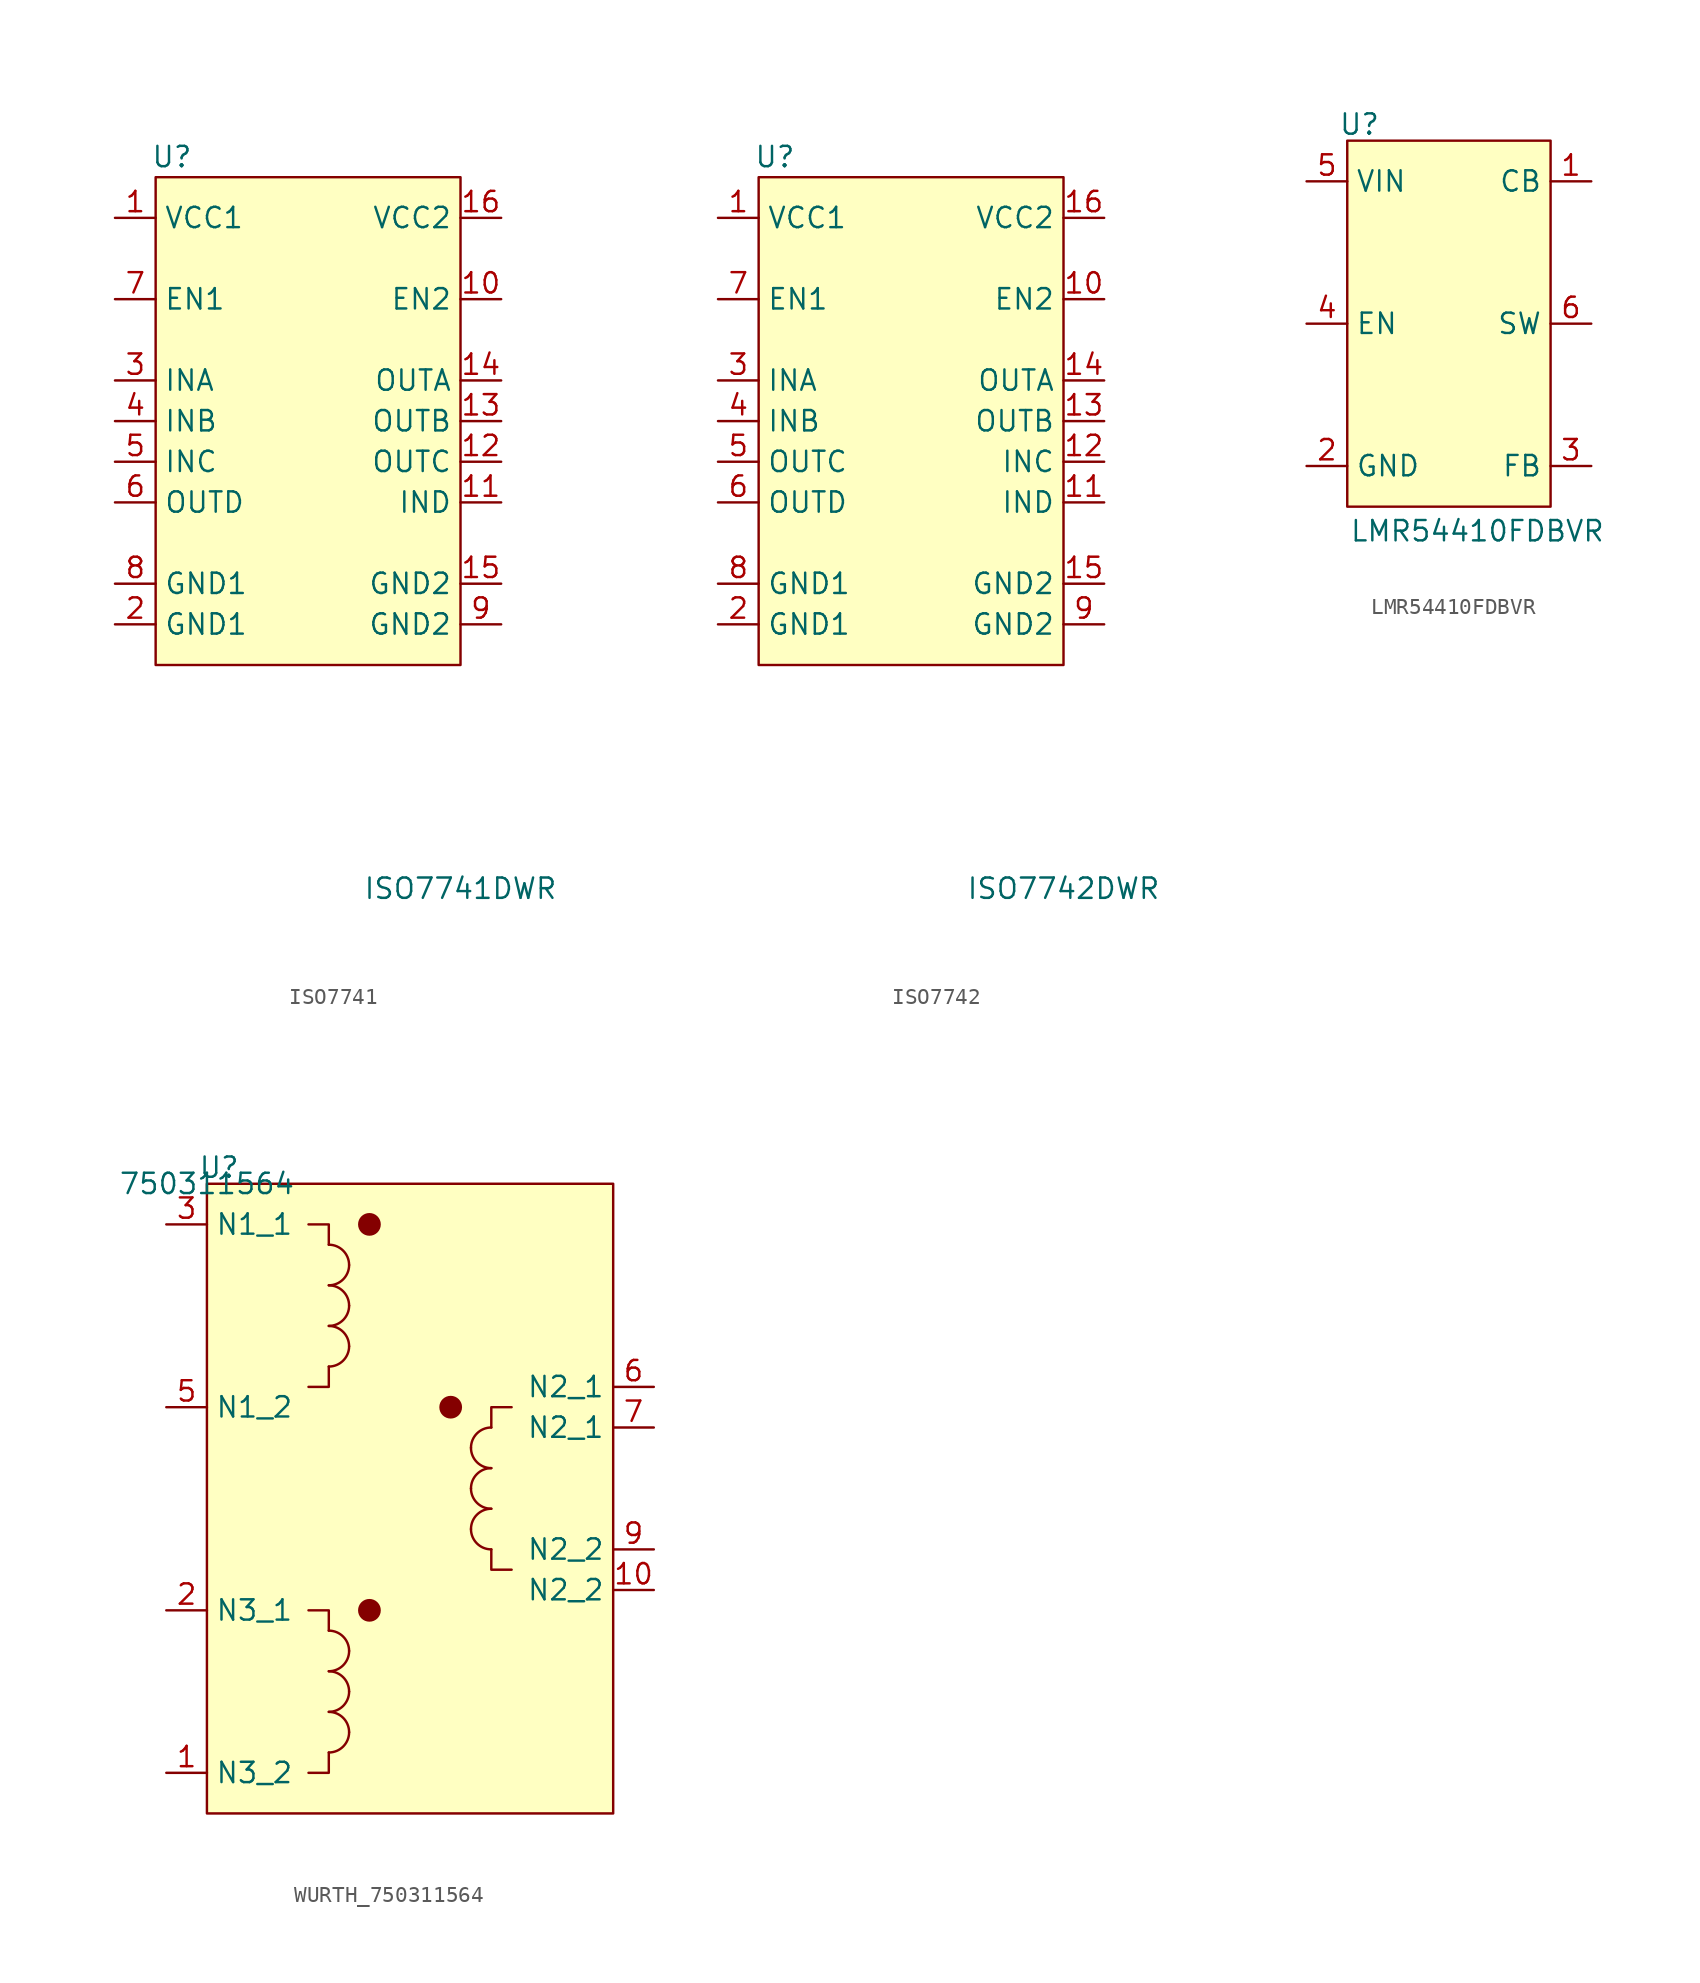
<source format=kicad_sym>
(kicad_symbol_lib
  (version 20241209)
  (generator "kicad_symbol_editor")
  (generator_version "9.0")
  (symbol "ISO7741"
    (property "Reference" "U"
      (at 1.016 1.27 0)
      (effects (font (size 1.27 1.27))))
    (property "Value" "ISO7741DWR"
      (at 19.05 -44.45 0)
      (effects (font (size 1.27 1.27))))
    (symbol "ISO7741_0_0"
      (pin input line (at -2.54 -12.7 0) (length 2.54) (name "INA" (effects (font (size 1.27 1.27)))) (number "3" (effects (font (size 1.27 1.27)))))
      (pin input line (at -2.54 -15.24 0) (length 2.54) (name "INB" (effects (font (size 1.27 1.27)))) (number "4" (effects (font (size 1.27 1.27)))))
      (pin input line (at -2.54 -17.78 0) (length 2.54) (name "INC" (effects (font (size 1.27 1.27)))) (number "5" (effects (font (size 1.27 1.27)))))
      (pin power_in line (at -2.54 -25.4 0) (length 2.54) (name "GND1" (effects (font (size 1.27 1.27)))) (number "8" (effects (font (size 1.27 1.27)))))
      (pin power_in line (at -2.54 -27.94 0) (length 2.54) (name "GND1" (effects (font (size 1.27 1.27)))) (number "2" (effects (font (size 1.27 1.27)))))
      (pin power_in line (at 21.59 -2.54 180) (length 2.54) (name "VCC2" (effects (font (size 1.27 1.27)))) (number "16" (effects (font (size 1.27 1.27)))))
      (pin input line (at 21.59 -7.62 180) (length 2.54) (name "EN2" (effects (font (size 1.27 1.27)))) (number "10" (effects (font (size 1.27 1.27)))))
      (pin output line (at 21.59 -12.7 180) (length 2.54) (name "OUTA" (effects (font (size 1.27 1.27)))) (number "14" (effects (font (size 1.27 1.27)))))
      (pin output line (at 21.59 -15.24 180) (length 2.54) (name "OUTB" (effects (font (size 1.27 1.27)))) (number "13" (effects (font (size 1.27 1.27)))))
      (pin output line (at 21.59 -17.78 180) (length 2.54) (name "OUTC" (effects (font (size 1.27 1.27)))) (number "12" (effects (font (size 1.27 1.27)))))
      (pin power_in line (at 21.59 -25.4 180) (length 2.54) (name "GND2" (effects (font (size 1.27 1.27)))) (number "15" (effects (font (size 1.27 1.27)))))
      (pin power_in line (at 21.59 -27.94 180) (length 2.54) (name "GND2" (effects (font (size 1.27 1.27)))) (number "9" (effects (font (size 1.27 1.27))))))
    (symbol "ISO7741_1_0"
      (pin power_in line (at -2.54 -2.54 0) (length 2.54) (name "VCC1" (effects (font (size 1.27 1.27)))) (number "1" (effects (font (size 1.27 1.27)))))
      (pin input line (at -2.54 -7.62 0) (length 2.54) (name "EN1" (effects (font (size 1.27 1.27)))) (number "7" (effects (font (size 1.27 1.27)))))
      (pin output line (at -2.54 -20.32 0) (length 2.54) (name "OUTD" (effects (font (size 1.27 1.27)))) (number "6" (effects (font (size 1.27 1.27)))))
      (pin input line (at 21.59 -20.32 180) (length 2.54) (name "IND" (effects (font (size 1.27 1.27)))) (number "11" (effects (font (size 1.27 1.27))))))
    (symbol "ISO7741_1_1"
      (rectangle (start 0 0) (end 19.05 -30.48) (stroke (width 0) (type solid)) (fill (type background)))))
  (symbol "ISO7742"
    (property "Reference" "U"
      (at 1.016 1.27 0)
      (effects (font (size 1.27 1.27))))
    (property "Value" "ISO7742DWR"
      (at 19.05 -44.45 0)
      (effects (font (size 1.27 1.27))))
    (symbol "ISO7742_0_0"
      (pin input line (at -2.54 -12.7 0) (length 2.54) (name "INA" (effects (font (size 1.27 1.27)))) (number "3" (effects (font (size 1.27 1.27)))))
      (pin input line (at -2.54 -15.24 0) (length 2.54) (name "INB" (effects (font (size 1.27 1.27)))) (number "4" (effects (font (size 1.27 1.27)))))
      (pin power_in line (at -2.54 -25.4 0) (length 2.54) (name "GND1" (effects (font (size 1.27 1.27)))) (number "8" (effects (font (size 1.27 1.27)))))
      (pin power_in line (at -2.54 -27.94 0) (length 2.54) (name "GND1" (effects (font (size 1.27 1.27)))) (number "2" (effects (font (size 1.27 1.27)))))
      (pin power_in line (at 21.59 -2.54 180) (length 2.54) (name "VCC2" (effects (font (size 1.27 1.27)))) (number "16" (effects (font (size 1.27 1.27)))))
      (pin input line (at 21.59 -7.62 180) (length 2.54) (name "EN2" (effects (font (size 1.27 1.27)))) (number "10" (effects (font (size 1.27 1.27)))))
      (pin output line (at 21.59 -12.7 180) (length 2.54) (name "OUTA" (effects (font (size 1.27 1.27)))) (number "14" (effects (font (size 1.27 1.27)))))
      (pin output line (at 21.59 -15.24 180) (length 2.54) (name "OUTB" (effects (font (size 1.27 1.27)))) (number "13" (effects (font (size 1.27 1.27)))))
      (pin power_in line (at 21.59 -25.4 180) (length 2.54) (name "GND2" (effects (font (size 1.27 1.27)))) (number "15" (effects (font (size 1.27 1.27)))))
      (pin power_in line (at 21.59 -27.94 180) (length 2.54) (name "GND2" (effects (font (size 1.27 1.27)))) (number "9" (effects (font (size 1.27 1.27))))))
    (symbol "ISO7742_1_0"
      (pin power_in line (at -2.54 -2.54 0) (length 2.54) (name "VCC1" (effects (font (size 1.27 1.27)))) (number "1" (effects (font (size 1.27 1.27)))))
      (pin input line (at -2.54 -7.62 0) (length 2.54) (name "EN1" (effects (font (size 1.27 1.27)))) (number "7" (effects (font (size 1.27 1.27)))))
      (pin output line (at -2.54 -17.78 0) (length 2.54) (name "OUTC" (effects (font (size 1.27 1.27)))) (number "5" (effects (font (size 1.27 1.27)))))
      (pin output line (at -2.54 -20.32 0) (length 2.54) (name "OUTD" (effects (font (size 1.27 1.27)))) (number "6" (effects (font (size 1.27 1.27)))))
      (pin input line (at 21.59 -17.78 180) (length 2.54) (name "INC" (effects (font (size 1.27 1.27)))) (number "12" (effects (font (size 1.27 1.27)))))
      (pin input line (at 21.59 -20.32 180) (length 2.54) (name "IND" (effects (font (size 1.27 1.27)))) (number "11" (effects (font (size 1.27 1.27))))))
    (symbol "ISO7742_1_1"
      (rectangle (start 0 0) (end 19.05 -30.48) (stroke (width 0) (type solid)) (fill (type background)))))
  (symbol "LMR54410FDBVR"
    (property "Reference" "U"
      (at 0.762 1.016 0)
      (effects (font (size 1.27 1.27))))
    (property "Value" "LMR54410FDBVR"
      (at 8.128 -24.384 0)
      (effects (font (size 1.27 1.27))))
    (symbol "LMR54410FDBVR_1_1"
      (rectangle (start 0 0) (end 12.7 -22.86) (stroke (width 0) (type solid)) (fill (type background)))
      (pin power_in line (at -2.54 -2.54 0) (length 2.54) (name "VIN" (effects (font (size 1.27 1.27)))) (number "5" (effects (font (size 1.27 1.27)))))
      (pin input line (at -2.54 -11.43 0) (length 2.54) (name "EN" (effects (font (size 1.27 1.27)))) (number "4" (effects (font (size 1.27 1.27)))))
      (pin power_in line (at -2.54 -20.32 0) (length 2.54) (name "GND" (effects (font (size 1.27 1.27)))) (number "2" (effects (font (size 1.27 1.27)))))
      (pin passive line (at 15.24 -2.54 180) (length 2.54) (name "CB" (effects (font (size 1.27 1.27)))) (number "1" (effects (font (size 1.27 1.27)))))
      (pin passive line (at 15.24 -11.43 180) (length 2.54) (name "SW" (effects (font (size 1.27 1.27)))) (number "6" (effects (font (size 1.27 1.27)))))
      (pin passive line (at 15.24 -20.32 180) (length 2.54) (name "FB" (effects (font (size 1.27 1.27)))) (number "3" (effects (font (size 1.27 1.27)))))))
  (symbol "WURTH_750311564"
    (property "Reference" "U"
      (at 0.762 1.016 0)
      (effects (font (size 1.27 1.27))))
    (property "Value" "750311564"
      (at 0 0 0)
      (effects (font (size 1.27 1.27))))
    (symbol "WURTH_750311564_1_1"
      (rectangle (start 0 0) (end 25.4 -39.37) (stroke (width 0) (type solid)) (fill (type background)))
      (polyline (pts (xy 6.35 -2.54) (xy 7.62 -2.54) (xy 7.62 -3.81)) (stroke (width 0) (type default)) (fill (type none)))
      (polyline (pts (xy 6.35 -12.7) (xy 7.62 -12.7) (xy 7.62 -11.43)) (stroke (width 0) (type default)) (fill (type none)))
      (polyline (pts (xy 6.35 -26.67) (xy 7.62 -26.67) (xy 7.62 -27.94)) (stroke (width 0) (type default)) (fill (type none)))
      (polyline (pts (xy 6.35 -36.83) (xy 7.62 -36.83) (xy 7.62 -35.56)) (stroke (width 0) (type default)) (fill (type none)))
      (arc (start 7.62 -3.81) (mid 8.518 -4.182) (end 8.89 -5.08) (stroke (width 0) (type default)) (fill (type none)))
      (arc (start 8.89 -5.08) (mid 8.518 -5.978) (end 7.62 -6.35) (stroke (width 0) (type default)) (fill (type none)))
      (arc (start 7.62 -6.35) (mid 8.518 -6.722) (end 8.89 -7.62) (stroke (width 0) (type default)) (fill (type none)))
      (arc (start 8.89 -7.62) (mid 8.518 -8.518) (end 7.62 -8.89) (stroke (width 0) (type default)) (fill (type none)))
      (arc (start 7.62 -8.89) (mid 8.518 -9.262) (end 8.89 -10.16) (stroke (width 0) (type default)) (fill (type none)))
      (arc (start 8.89 -10.16) (mid 8.518 -11.058) (end 7.62 -11.43) (stroke (width 0) (type default)) (fill (type none)))
      (arc (start 7.62 -27.94) (mid 8.518 -28.312) (end 8.89 -29.21) (stroke (width 0) (type default)) (fill (type none)))
      (arc (start 8.89 -29.21) (mid 8.518 -30.108) (end 7.62 -30.48) (stroke (width 0) (type default)) (fill (type none)))
      (arc (start 7.62 -30.48) (mid 8.518 -30.852) (end 8.89 -31.75) (stroke (width 0) (type default)) (fill (type none)))
      (arc (start 8.89 -31.75) (mid 8.518 -32.648) (end 7.62 -33.02) (stroke (width 0) (type default)) (fill (type none)))
      (arc (start 7.62 -33.02) (mid 8.518 -33.392) (end 8.89 -34.29) (stroke (width 0) (type default)) (fill (type none)))
      (arc (start 8.89 -34.29) (mid 8.518 -35.188) (end 7.62 -35.56) (stroke (width 0) (type default)) (fill (type none)))
      (circle (center 10.16 -2.54) (radius 0.635) (stroke (width 0) (type default)) (fill (type outline)))
      (circle (center 10.16 -26.67) (radius 0.635) (stroke (width 0) (type default)) (fill (type outline)))
      (circle (center 15.24 -13.97) (radius 0.635) (stroke (width 0) (type default)) (fill (type outline)))
      (arc (start 16.51 -16.51) (mid 16.882 -15.612) (end 17.78 -15.24) (stroke (width 0) (type default)) (fill (type none)))
      (arc (start 17.78 -17.78) (mid 16.882 -17.408) (end 16.51 -16.51) (stroke (width 0) (type default)) (fill (type none)))
      (arc (start 16.51 -19.05) (mid 16.882 -18.152) (end 17.78 -17.78) (stroke (width 0) (type default)) (fill (type none)))
      (arc (start 17.78 -20.32) (mid 16.882 -19.948) (end 16.51 -19.05) (stroke (width 0) (type default)) (fill (type none)))
      (arc (start 16.51 -21.59) (mid 16.882 -20.692) (end 17.78 -20.32) (stroke (width 0) (type default)) (fill (type none)))
      (arc (start 17.78 -22.86) (mid 16.882 -22.488) (end 16.51 -21.59) (stroke (width 0) (type default)) (fill (type none)))
      (polyline (pts (xy 19.05 -13.97) (xy 17.78 -13.97) (xy 17.78 -15.24)) (stroke (width 0) (type default)) (fill (type none)))
      (polyline (pts (xy 19.05 -24.13) (xy 17.78 -24.13) (xy 17.78 -22.86)) (stroke (width 0) (type default)) (fill (type none)))
      (pin passive line (at -2.54 -2.54 0) (length 2.54) (name "N1_1" (effects (font (size 1.27 1.27)))) (number "3" (effects (font (size 1.27 1.27)))))
      (pin passive line (at -2.54 -13.97 0) (length 2.54) (name "N1_2" (effects (font (size 1.27 1.27)))) (number "5" (effects (font (size 1.27 1.27)))))
      (pin passive line (at -2.54 -26.67 0) (length 2.54) (name "N3_1" (effects (font (size 1.27 1.27)))) (number "2" (effects (font (size 1.27 1.27)))))
      (pin passive line (at -2.54 -36.83 0) (length 2.54) (name "N3_2" (effects (font (size 1.27 1.27)))) (number "1" (effects (font (size 1.27 1.27)))))
      (pin passive line (at 27.94 -12.7 180) (length 2.54) (name "N2_1" (effects (font (size 1.27 1.27)))) (number "6" (effects (font (size 1.27 1.27)))))
      (pin passive line (at 27.94 -15.24 180) (length 2.54) (name "N2_1" (effects (font (size 1.27 1.27)))) (number "7" (effects (font (size 1.27 1.27)))))
      (pin passive line (at 27.94 -22.86 180) (length 2.54) (name "N2_2" (effects (font (size 1.27 1.27)))) (number "9" (effects (font (size 1.27 1.27)))))
      (pin passive line (at 27.94 -25.4 180) (length 2.54) (name "N2_2" (effects (font (size 1.27 1.27)))) (number "10" (effects (font (size 1.27 1.27))))))))
</source>
